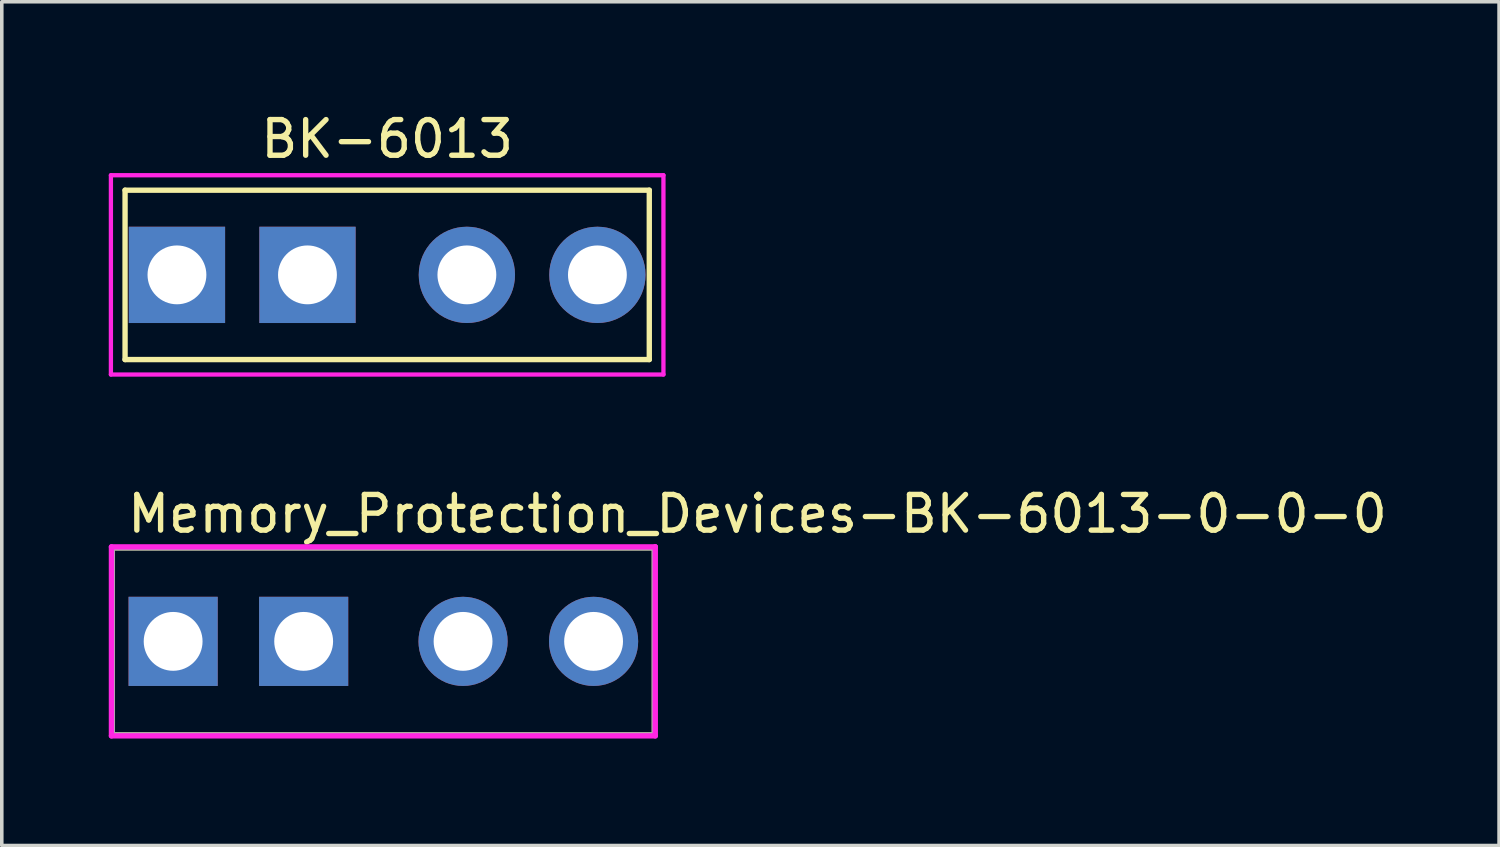
<source format=kicad_pcb>
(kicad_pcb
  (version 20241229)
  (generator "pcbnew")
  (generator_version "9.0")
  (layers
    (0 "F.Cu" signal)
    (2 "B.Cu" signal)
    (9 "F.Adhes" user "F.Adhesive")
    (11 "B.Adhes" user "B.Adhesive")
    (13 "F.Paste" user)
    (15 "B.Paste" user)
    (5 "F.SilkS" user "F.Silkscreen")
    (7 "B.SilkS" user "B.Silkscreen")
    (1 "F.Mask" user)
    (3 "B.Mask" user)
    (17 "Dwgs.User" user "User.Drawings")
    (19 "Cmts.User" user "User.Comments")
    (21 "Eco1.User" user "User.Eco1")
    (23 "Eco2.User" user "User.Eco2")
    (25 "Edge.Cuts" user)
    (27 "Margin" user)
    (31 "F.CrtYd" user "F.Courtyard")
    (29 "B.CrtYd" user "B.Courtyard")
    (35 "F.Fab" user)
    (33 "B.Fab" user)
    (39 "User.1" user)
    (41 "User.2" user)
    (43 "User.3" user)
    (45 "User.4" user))
  (footprint "Memory_Protection_Devices-BK-6013-0-0-0"
    (layer "F.Cu")
    (at 7.7 14.935)
    (property "Reference" "Memory_Protection_Devices-BK-6013-0-0-0" (at -7.25 -3.575 0) (layer "F.SilkS") (effects (font (size 1 1) (thickness 0.15)) (justify left)))
    (attr through_hole)
    (fp_line (start -7.6 -2.625) (end 7.6 -2.625) (stroke (width 0.15) (type solid)) (layer "F.SilkS"))
    (fp_line (start -7.6 2.625) (end -7.6 -2.625) (stroke (width 0.15) (type solid)) (layer "F.SilkS"))
    (fp_line (start -7.6 2.625) (end 7.6 2.625) (stroke (width 0.15) (type solid)) (layer "F.SilkS"))
    (fp_line (start 7.6 2.625) (end 7.6 -2.625) (stroke (width 0.15) (type solid)) (layer "F.SilkS"))
    (fp_line (start -7.625 -2.65) (end -7.625 2.65) (stroke (width 0.15) (type solid)) (layer "F.CrtYd"))
    (fp_line (start -7.625 2.65) (end 7.625 2.65) (stroke (width 0.15) (type solid)) (layer "F.CrtYd"))
    (fp_line (start 7.625 -2.65) (end -7.625 -2.65) (stroke (width 0.15) (type solid)) (layer "F.CrtYd"))
    (fp_line (start 7.625 -2.65) (end 7.625 -2.65) (stroke (width 0.15) (type solid)) (layer "F.CrtYd"))
    (fp_line (start 7.625 2.65) (end 7.625 -2.65) (stroke (width 0.15) (type solid)) (layer "F.CrtYd"))
    (fp_line (start -7.6 -2.625) (end 7.6 -2.625) (stroke (width 0.15) (type solid)) (layer "F.Fab"))
    (fp_line (start -7.6 2.625) (end -7.6 -2.625) (stroke (width 0.15) (type solid)) (layer "F.Fab"))
    (fp_line (start 7.6 -2.625) (end 7.6 2.625) (stroke (width 0.15) (type solid)) (layer "F.Fab"))
    (fp_line (start 7.6 2.625) (end -7.6 2.625) (stroke (width 0.15) (type solid)) (layer "F.Fab"))
    (pad "1" thru_hole rect (at -5.895 0) (size 2.5 2.5) (drill 1.65) (layers "*.Cu"))
    (pad "1" thru_hole rect (at -2.235 0) (size 2.5 2.5) (drill 1.65) (layers "*.Cu"))
    (pad "2" thru_hole circle (at 2.235 0) (size 2.5 2.5) (drill 1.65) (layers "*.Cu"))
    (pad "2" thru_hole circle (at 5.895 0) (size 2.5 2.5) (drill 1.65) (layers "*.Cu")))
  (footprint "BK-6013"
    (layer "F.Cu")
    (at 7.807 4.658)
    (property "Reference" "BK-6013" (at 0 -3.81 0) (layer "F.SilkS") (effects (font (size 1 1) (thickness 0.15))))
    (attr through_hole)
    (fp_line (start -7.35 -2.375) (end -7.35 2.375) (stroke (width 0.15) (type solid)) (layer "F.SilkS"))
    (fp_line (start -7.35 -2.375) (end 7.35 -2.375) (stroke (width 0.15) (type solid)) (layer "F.SilkS"))
    (fp_line (start -7.35 2.375) (end 7.35 2.375) (stroke (width 0.15) (type solid)) (layer "F.SilkS"))
    (fp_line (start 7.35 -2.375) (end 7.35 2.375) (stroke (width 0.15) (type solid)) (layer "F.SilkS"))
    (fp_line (start -7.747 -2.794) (end 7.747 -2.794) (stroke (width 0.12) (type solid)) (layer "F.CrtYd"))
    (fp_line (start -7.747 2.794) (end -7.747 -2.794) (stroke (width 0.12) (type solid)) (layer "F.CrtYd"))
    (fp_line (start 7.747 -2.794) (end 7.747 2.794) (stroke (width 0.12) (type solid)) (layer "F.CrtYd"))
    (fp_line (start 7.747 2.794) (end -7.747 2.794) (stroke (width 0.12) (type solid)) (layer "F.CrtYd"))
    (pad "1" thru_hole rect (at -5.895 0) (size 2.7 2.7) (drill 1.65) (layers "*.Cu" "*.Mask"))
    (pad "1" thru_hole rect (at -2.235 0) (size 2.7 2.7) (drill 1.65) (layers "*.Cu" "*.Mask"))
    (pad "2" thru_hole circle (at 2.235 0) (size 2.7 2.7) (drill 1.65) (layers "*.Cu" "*.Mask"))
    (pad "2" thru_hole circle (at 5.895 0) (size 2.7 2.7) (drill 1.65) (layers "*.Cu" "*.Mask")))
  (gr_rect
    (start -3 -3)
    (end 38.986 20.66)
    (stroke (width 0.1) (type default))
    (fill no)
    (layer "Edge.Cuts")))
</source>
